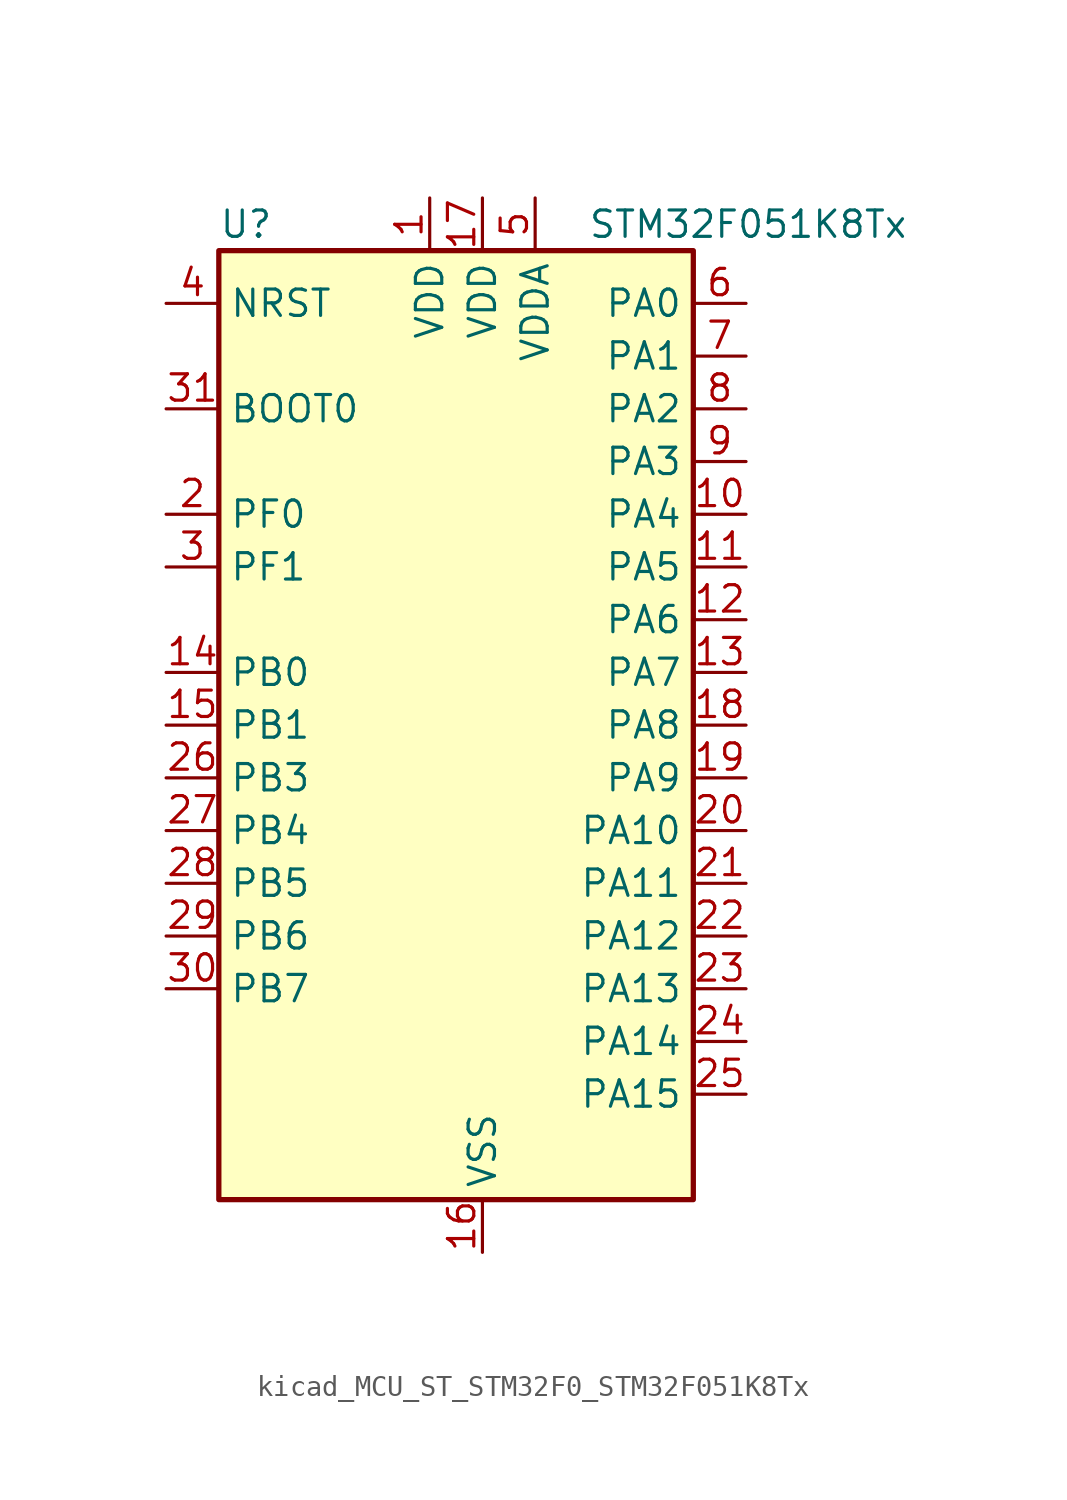
<source format=kicad_sym>
(kicad_symbol_lib
  (version 20220914)
  (generator kicad_symbol_editor)
  (symbol "kicad_MCU_ST_STM32F0_STM32F051K8Tx"
    (property "Reference" "U"
      (at -10.16 24.13 0)
      (effects (font (size 1.27 1.27)) (justify left)))
    (property "Value" "STM32F051K8Tx"
      (at 7.62 24.13 0)
      (effects (font (size 1.27 1.27)) (justify left)))
    (property "ki_locked" ""
      (at 0 0 0)
      (effects (font (size 1.27 1.27))))
    (symbol "kicad_MCU_ST_STM32F0_STM32F051K8Tx_0_1"
      (rectangle (start -10.16 -22.86) (end 12.7 22.86) (stroke (width 0.254) (type default)) (fill (type background))))
    (symbol "kicad_MCU_ST_STM32F0_STM32F051K8Tx_1_1"
      (pin power_in line (at 0 25.4 270) (length 2.54) (name "VDD" (effects (font (size 1.27 1.27)))) (number "1" (effects (font (size 1.27 1.27)))))
      (pin bidirectional line (at 15.24 10.16 180) (length 2.54) (name "PA4" (effects (font (size 1.27 1.27)))) (number "10" (effects (font (size 1.27 1.27)))) (alternate "ADC_IN4" bidirectional line) (alternate "COMP1_INM" bidirectional line) (alternate "COMP2_INM" bidirectional line) (alternate "DAC1_OUT1" bidirectional line) (alternate "I2S1_WS" bidirectional line) (alternate "SPI1_NSS" bidirectional line) (alternate "TIM14_CH1" bidirectional line) (alternate "TSC_G2_IO1" bidirectional line) (alternate "USART2_CK" bidirectional line))
      (pin bidirectional line (at 15.24 7.62 180) (length 2.54) (name "PA5" (effects (font (size 1.27 1.27)))) (number "11" (effects (font (size 1.27 1.27)))) (alternate "ADC_IN5" bidirectional line) (alternate "CEC" bidirectional line) (alternate "COMP1_INM" bidirectional line) (alternate "COMP2_INM" bidirectional line) (alternate "I2S1_CK" bidirectional line) (alternate "SPI1_SCK" bidirectional line) (alternate "TIM2_CH1" bidirectional line) (alternate "TIM2_ETR" bidirectional line) (alternate "TSC_G2_IO2" bidirectional line))
      (pin bidirectional line (at 15.24 5.08 180) (length 2.54) (name "PA6" (effects (font (size 1.27 1.27)))) (number "12" (effects (font (size 1.27 1.27)))) (alternate "ADC_IN6" bidirectional line) (alternate "COMP1_OUT" bidirectional line) (alternate "I2S1_MCK" bidirectional line) (alternate "SPI1_MISO" bidirectional line) (alternate "TIM16_CH1" bidirectional line) (alternate "TIM1_BKIN" bidirectional line) (alternate "TIM3_CH1" bidirectional line) (alternate "TSC_G2_IO3" bidirectional line))
      (pin bidirectional line (at 15.24 2.54 180) (length 2.54) (name "PA7" (effects (font (size 1.27 1.27)))) (number "13" (effects (font (size 1.27 1.27)))) (alternate "ADC_IN7" bidirectional line) (alternate "COMP2_OUT" bidirectional line) (alternate "I2S1_SD" bidirectional line) (alternate "SPI1_MOSI" bidirectional line) (alternate "TIM14_CH1" bidirectional line) (alternate "TIM17_CH1" bidirectional line) (alternate "TIM1_CH1N" bidirectional line) (alternate "TIM3_CH2" bidirectional line) (alternate "TSC_G2_IO4" bidirectional line))
      (pin bidirectional line (at -12.7 2.54 0) (length 2.54) (name "PB0" (effects (font (size 1.27 1.27)))) (number "14" (effects (font (size 1.27 1.27)))) (alternate "ADC_IN8" bidirectional line) (alternate "TIM1_CH2N" bidirectional line) (alternate "TIM3_CH3" bidirectional line) (alternate "TSC_G3_IO2" bidirectional line))
      (pin bidirectional line (at -12.7 0 0) (length 2.54) (name "PB1" (effects (font (size 1.27 1.27)))) (number "15" (effects (font (size 1.27 1.27)))) (alternate "ADC_IN9" bidirectional line) (alternate "TIM14_CH1" bidirectional line) (alternate "TIM1_CH3N" bidirectional line) (alternate "TIM3_CH4" bidirectional line) (alternate "TSC_G3_IO3" bidirectional line))
      (pin power_in line (at 2.54 -25.4 90) (length 2.54) (name "VSS" (effects (font (size 1.27 1.27)))) (number "16" (effects (font (size 1.27 1.27)))))
      (pin power_in line (at 2.54 25.4 270) (length 2.54) (name "VDD" (effects (font (size 1.27 1.27)))) (number "17" (effects (font (size 1.27 1.27)))))
      (pin bidirectional line (at 15.24 0 180) (length 2.54) (name "PA8" (effects (font (size 1.27 1.27)))) (number "18" (effects (font (size 1.27 1.27)))) (alternate "RCC_MCO" bidirectional line) (alternate "TIM1_CH1" bidirectional line) (alternate "USART1_CK" bidirectional line))
      (pin bidirectional line (at 15.24 -2.54 180) (length 2.54) (name "PA9" (effects (font (size 1.27 1.27)))) (number "19" (effects (font (size 1.27 1.27)))) (alternate "DAC1_EXTI9" bidirectional line) (alternate "TIM15_BKIN" bidirectional line) (alternate "TIM1_CH2" bidirectional line) (alternate "TSC_G4_IO1" bidirectional line) (alternate "USART1_TX" bidirectional line))
      (pin bidirectional line (at -12.7 10.16 0) (length 2.54) (name "PF0" (effects (font (size 1.27 1.27)))) (number "2" (effects (font (size 1.27 1.27)))) (alternate "RCC_OSC_IN" bidirectional line))
      (pin bidirectional line (at 15.24 -5.08 180) (length 2.54) (name "PA10" (effects (font (size 1.27 1.27)))) (number "20" (effects (font (size 1.27 1.27)))) (alternate "TIM17_BKIN" bidirectional line) (alternate "TIM1_CH3" bidirectional line) (alternate "TSC_G4_IO2" bidirectional line) (alternate "USART1_RX" bidirectional line))
      (pin bidirectional line (at 15.24 -7.62 180) (length 2.54) (name "PA11" (effects (font (size 1.27 1.27)))) (number "21" (effects (font (size 1.27 1.27)))) (alternate "COMP1_OUT" bidirectional line) (alternate "TIM1_CH4" bidirectional line) (alternate "TSC_G4_IO3" bidirectional line) (alternate "USART1_CTS" bidirectional line))
      (pin bidirectional line (at 15.24 -10.16 180) (length 2.54) (name "PA12" (effects (font (size 1.27 1.27)))) (number "22" (effects (font (size 1.27 1.27)))) (alternate "COMP2_OUT" bidirectional line) (alternate "TIM1_ETR" bidirectional line) (alternate "TSC_G4_IO4" bidirectional line) (alternate "USART1_DE" bidirectional line) (alternate "USART1_RTS" bidirectional line))
      (pin bidirectional line (at 15.24 -12.7 180) (length 2.54) (name "PA13" (effects (font (size 1.27 1.27)))) (number "23" (effects (font (size 1.27 1.27)))) (alternate "IR_OUT" bidirectional line) (alternate "SYS_SWDIO" bidirectional line))
      (pin bidirectional line (at 15.24 -15.24 180) (length 2.54) (name "PA14" (effects (font (size 1.27 1.27)))) (number "24" (effects (font (size 1.27 1.27)))) (alternate "SYS_SWCLK" bidirectional line) (alternate "USART2_TX" bidirectional line))
      (pin bidirectional line (at 15.24 -17.78 180) (length 2.54) (name "PA15" (effects (font (size 1.27 1.27)))) (number "25" (effects (font (size 1.27 1.27)))) (alternate "I2S1_WS" bidirectional line) (alternate "SPI1_NSS" bidirectional line) (alternate "TIM2_CH1" bidirectional line) (alternate "TIM2_ETR" bidirectional line) (alternate "USART2_RX" bidirectional line))
      (pin bidirectional line (at -12.7 -2.54 0) (length 2.54) (name "PB3" (effects (font (size 1.27 1.27)))) (number "26" (effects (font (size 1.27 1.27)))) (alternate "I2S1_CK" bidirectional line) (alternate "SPI1_SCK" bidirectional line) (alternate "TIM2_CH2" bidirectional line) (alternate "TSC_G5_IO1" bidirectional line))
      (pin bidirectional line (at -12.7 -5.08 0) (length 2.54) (name "PB4" (effects (font (size 1.27 1.27)))) (number "27" (effects (font (size 1.27 1.27)))) (alternate "I2S1_MCK" bidirectional line) (alternate "SPI1_MISO" bidirectional line) (alternate "TIM3_CH1" bidirectional line) (alternate "TSC_G5_IO2" bidirectional line))
      (pin bidirectional line (at -12.7 -7.62 0) (length 2.54) (name "PB5" (effects (font (size 1.27 1.27)))) (number "28" (effects (font (size 1.27 1.27)))) (alternate "I2C1_SMBA" bidirectional line) (alternate "I2S1_SD" bidirectional line) (alternate "SPI1_MOSI" bidirectional line) (alternate "TIM16_BKIN" bidirectional line) (alternate "TIM3_CH2" bidirectional line))
      (pin bidirectional line (at -12.7 -10.16 0) (length 2.54) (name "PB6" (effects (font (size 1.27 1.27)))) (number "29" (effects (font (size 1.27 1.27)))) (alternate "I2C1_SCL" bidirectional line) (alternate "TIM16_CH1N" bidirectional line) (alternate "TSC_G5_IO3" bidirectional line) (alternate "USART1_TX" bidirectional line))
      (pin bidirectional line (at -12.7 7.62 0) (length 2.54) (name "PF1" (effects (font (size 1.27 1.27)))) (number "3" (effects (font (size 1.27 1.27)))) (alternate "RCC_OSC_OUT" bidirectional line))
      (pin bidirectional line (at -12.7 -12.7 0) (length 2.54) (name "PB7" (effects (font (size 1.27 1.27)))) (number "30" (effects (font (size 1.27 1.27)))) (alternate "I2C1_SDA" bidirectional line) (alternate "TIM17_CH1N" bidirectional line) (alternate "TSC_G5_IO4" bidirectional line) (alternate "USART1_RX" bidirectional line))
      (pin input line (at -12.7 15.24 0) (length 2.54) (name "BOOT0" (effects (font (size 1.27 1.27)))) (number "31" (effects (font (size 1.27 1.27)))))
      (pin passive line (at 2.54 -25.4 90) (length 2.54) hide (name "VSS" (effects (font (size 1.27 1.27)))) (number "32" (effects (font (size 1.27 1.27)))))
      (pin input line (at -12.7 20.32 0) (length 2.54) (name "NRST" (effects (font (size 1.27 1.27)))) (number "4" (effects (font (size 1.27 1.27)))))
      (pin power_in line (at 5.08 25.4 270) (length 2.54) (name "VDDA" (effects (font (size 1.27 1.27)))) (number "5" (effects (font (size 1.27 1.27)))))
      (pin bidirectional line (at 15.24 20.32 180) (length 2.54) (name "PA0" (effects (font (size 1.27 1.27)))) (number "6" (effects (font (size 1.27 1.27)))) (alternate "ADC_IN0" bidirectional line) (alternate "COMP1_INM" bidirectional line) (alternate "COMP1_OUT" bidirectional line) (alternate "RTC_TAMP2" bidirectional line) (alternate "SYS_WKUP1" bidirectional line) (alternate "TIM2_CH1" bidirectional line) (alternate "TIM2_ETR" bidirectional line) (alternate "TSC_G1_IO1" bidirectional line) (alternate "USART2_CTS" bidirectional line))
      (pin bidirectional line (at 15.24 17.78 180) (length 2.54) (name "PA1" (effects (font (size 1.27 1.27)))) (number "7" (effects (font (size 1.27 1.27)))) (alternate "ADC_IN1" bidirectional line) (alternate "COMP1_INP" bidirectional line) (alternate "TIM2_CH2" bidirectional line) (alternate "TSC_G1_IO2" bidirectional line) (alternate "USART2_DE" bidirectional line) (alternate "USART2_RTS" bidirectional line))
      (pin bidirectional line (at 15.24 15.24 180) (length 2.54) (name "PA2" (effects (font (size 1.27 1.27)))) (number "8" (effects (font (size 1.27 1.27)))) (alternate "ADC_IN2" bidirectional line) (alternate "COMP2_INM" bidirectional line) (alternate "COMP2_OUT" bidirectional line) (alternate "TIM15_CH1" bidirectional line) (alternate "TIM2_CH3" bidirectional line) (alternate "TSC_G1_IO3" bidirectional line) (alternate "USART2_TX" bidirectional line))
      (pin bidirectional line (at 15.24 12.7 180) (length 2.54) (name "PA3" (effects (font (size 1.27 1.27)))) (number "9" (effects (font (size 1.27 1.27)))) (alternate "ADC_IN3" bidirectional line) (alternate "COMP2_INP" bidirectional line) (alternate "TIM15_CH2" bidirectional line) (alternate "TIM2_CH4" bidirectional line) (alternate "TSC_G1_IO4" bidirectional line) (alternate "USART2_RX" bidirectional line)))))
</source>
